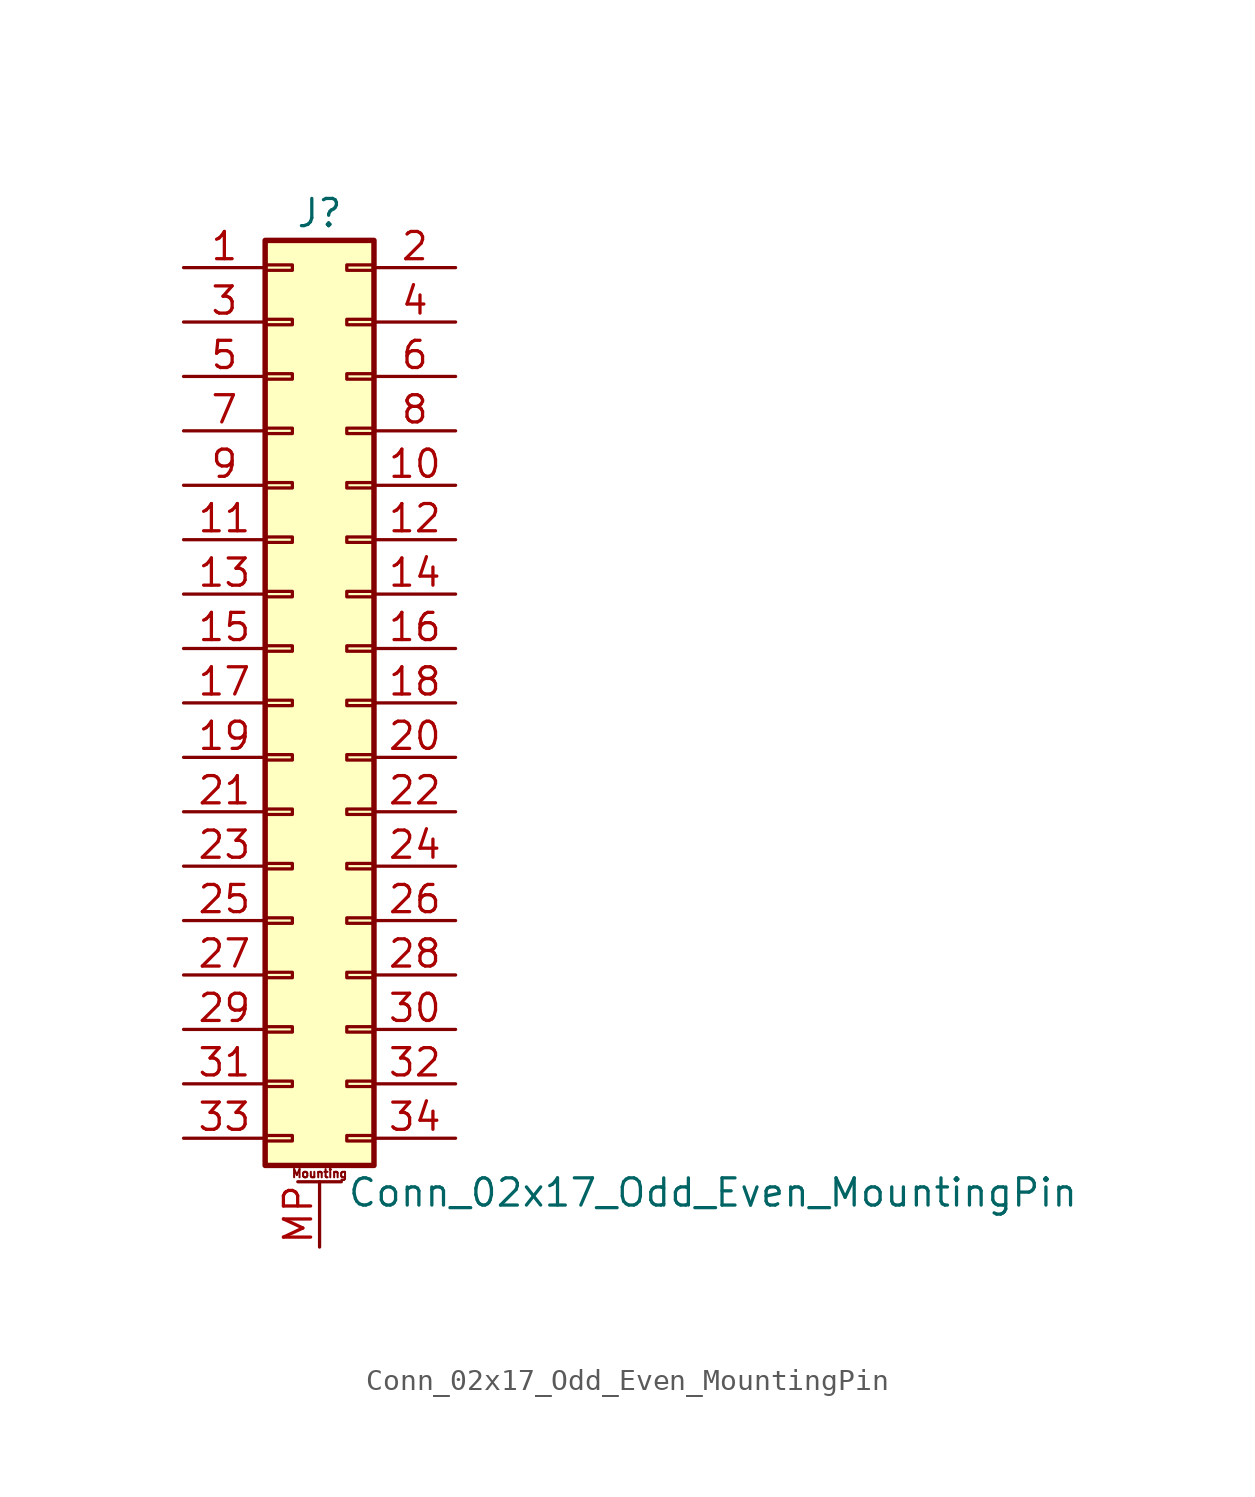
<source format=kicad_sym>
(kicad_symbol_lib
  (version 20211014)
  (generator kicad_symbol_editor)
  (symbol "Conn_02x17_Odd_Even_MountingPin"
    (pin_names
      (offset 1.016) hide)
    (property "Reference" "J"
      (at 1.27 22.86 0)
      (effects (font (size 1.27 1.27))))
    (property "Value" "Conn_02x17_Odd_Even_MountingPin"
      (at 2.54 -22.86 0)
      (effects (font (size 1.27 1.27)) (justify left)))
    (symbol "Conn_02x17_Odd_Even_MountingPin_1_1"
      (rectangle (start -1.27 -20.193) (end 0 -20.447) (stroke (width 0.152) (type default) (color 0 0 0 0)) (fill (type none)))
      (rectangle (start -1.27 -17.653) (end 0 -17.907) (stroke (width 0.152) (type default) (color 0 0 0 0)) (fill (type none)))
      (rectangle (start -1.27 -15.113) (end 0 -15.367) (stroke (width 0.152) (type default) (color 0 0 0 0)) (fill (type none)))
      (rectangle (start -1.27 -12.573) (end 0 -12.827) (stroke (width 0.152) (type default) (color 0 0 0 0)) (fill (type none)))
      (rectangle (start -1.27 -10.033) (end 0 -10.287) (stroke (width 0.152) (type default) (color 0 0 0 0)) (fill (type none)))
      (rectangle (start -1.27 -7.493) (end 0 -7.747) (stroke (width 0.152) (type default) (color 0 0 0 0)) (fill (type none)))
      (rectangle (start -1.27 -4.953) (end 0 -5.207) (stroke (width 0.152) (type default) (color 0 0 0 0)) (fill (type none)))
      (rectangle (start -1.27 -2.413) (end 0 -2.667) (stroke (width 0.152) (type default) (color 0 0 0 0)) (fill (type none)))
      (rectangle (start -1.27 0.127) (end 0 -0.127) (stroke (width 0.152) (type default) (color 0 0 0 0)) (fill (type none)))
      (rectangle (start -1.27 2.667) (end 0 2.413) (stroke (width 0.152) (type default) (color 0 0 0 0)) (fill (type none)))
      (rectangle (start -1.27 5.207) (end 0 4.953) (stroke (width 0.152) (type default) (color 0 0 0 0)) (fill (type none)))
      (rectangle (start -1.27 7.747) (end 0 7.493) (stroke (width 0.152) (type default) (color 0 0 0 0)) (fill (type none)))
      (rectangle (start -1.27 10.287) (end 0 10.033) (stroke (width 0.152) (type default) (color 0 0 0 0)) (fill (type none)))
      (rectangle (start -1.27 12.827) (end 0 12.573) (stroke (width 0.152) (type default) (color 0 0 0 0)) (fill (type none)))
      (rectangle (start -1.27 15.367) (end 0 15.113) (stroke (width 0.152) (type default) (color 0 0 0 0)) (fill (type none)))
      (rectangle (start -1.27 17.907) (end 0 17.653) (stroke (width 0.152) (type default) (color 0 0 0 0)) (fill (type none)))
      (rectangle (start -1.27 20.447) (end 0 20.193) (stroke (width 0.152) (type default) (color 0 0 0 0)) (fill (type none)))
      (rectangle (start -1.27 21.59) (end 3.81 -21.59) (stroke (width 0.254) (type default) (color 0 0 0 0)) (fill (type background)))
      (polyline (pts (xy 0.254 -22.352) (xy 2.286 -22.352)) (stroke (width 0.152) (type default) (color 0 0 0 0)) (fill (type none)))
      (rectangle (start 3.81 -20.193) (end 2.54 -20.447) (stroke (width 0.152) (type default) (color 0 0 0 0)) (fill (type none)))
      (rectangle (start 3.81 -17.653) (end 2.54 -17.907) (stroke (width 0.152) (type default) (color 0 0 0 0)) (fill (type none)))
      (rectangle (start 3.81 -15.113) (end 2.54 -15.367) (stroke (width 0.152) (type default) (color 0 0 0 0)) (fill (type none)))
      (rectangle (start 3.81 -12.573) (end 2.54 -12.827) (stroke (width 0.152) (type default) (color 0 0 0 0)) (fill (type none)))
      (rectangle (start 3.81 -10.033) (end 2.54 -10.287) (stroke (width 0.152) (type default) (color 0 0 0 0)) (fill (type none)))
      (rectangle (start 3.81 -7.493) (end 2.54 -7.747) (stroke (width 0.152) (type default) (color 0 0 0 0)) (fill (type none)))
      (rectangle (start 3.81 -4.953) (end 2.54 -5.207) (stroke (width 0.152) (type default) (color 0 0 0 0)) (fill (type none)))
      (rectangle (start 3.81 -2.413) (end 2.54 -2.667) (stroke (width 0.152) (type default) (color 0 0 0 0)) (fill (type none)))
      (rectangle (start 3.81 0.127) (end 2.54 -0.127) (stroke (width 0.152) (type default) (color 0 0 0 0)) (fill (type none)))
      (rectangle (start 3.81 2.667) (end 2.54 2.413) (stroke (width 0.152) (type default) (color 0 0 0 0)) (fill (type none)))
      (rectangle (start 3.81 5.207) (end 2.54 4.953) (stroke (width 0.152) (type default) (color 0 0 0 0)) (fill (type none)))
      (rectangle (start 3.81 7.747) (end 2.54 7.493) (stroke (width 0.152) (type default) (color 0 0 0 0)) (fill (type none)))
      (rectangle (start 3.81 10.287) (end 2.54 10.033) (stroke (width 0.152) (type default) (color 0 0 0 0)) (fill (type none)))
      (rectangle (start 3.81 12.827) (end 2.54 12.573) (stroke (width 0.152) (type default) (color 0 0 0 0)) (fill (type none)))
      (rectangle (start 3.81 15.367) (end 2.54 15.113) (stroke (width 0.152) (type default) (color 0 0 0 0)) (fill (type none)))
      (rectangle (start 3.81 17.907) (end 2.54 17.653) (stroke (width 0.152) (type default) (color 0 0 0 0)) (fill (type none)))
      (rectangle (start 3.81 20.447) (end 2.54 20.193) (stroke (width 0.152) (type default) (color 0 0 0 0)) (fill (type none)))
      (text "Mounting" (at 1.27 -21.971 0) (effects (font (size 0.381 0.381))))
      (pin passive line (at -5.08 20.32 0) (length 3.81) (name "Pin_1" (effects (font (size 1.27 1.27)))) (number "1" (effects (font (size 1.27 1.27)))))
      (pin passive line (at 7.62 10.16 180) (length 3.81) (name "Pin_10" (effects (font (size 1.27 1.27)))) (number "10" (effects (font (size 1.27 1.27)))))
      (pin passive line (at -5.08 7.62 0) (length 3.81) (name "Pin_11" (effects (font (size 1.27 1.27)))) (number "11" (effects (font (size 1.27 1.27)))))
      (pin passive line (at 7.62 7.62 180) (length 3.81) (name "Pin_12" (effects (font (size 1.27 1.27)))) (number "12" (effects (font (size 1.27 1.27)))))
      (pin passive line (at -5.08 5.08 0) (length 3.81) (name "Pin_13" (effects (font (size 1.27 1.27)))) (number "13" (effects (font (size 1.27 1.27)))))
      (pin passive line (at 7.62 5.08 180) (length 3.81) (name "Pin_14" (effects (font (size 1.27 1.27)))) (number "14" (effects (font (size 1.27 1.27)))))
      (pin passive line (at -5.08 2.54 0) (length 3.81) (name "Pin_15" (effects (font (size 1.27 1.27)))) (number "15" (effects (font (size 1.27 1.27)))))
      (pin passive line (at 7.62 2.54 180) (length 3.81) (name "Pin_16" (effects (font (size 1.27 1.27)))) (number "16" (effects (font (size 1.27 1.27)))))
      (pin passive line (at -5.08 0 0) (length 3.81) (name "Pin_17" (effects (font (size 1.27 1.27)))) (number "17" (effects (font (size 1.27 1.27)))))
      (pin passive line (at 7.62 0 180) (length 3.81) (name "Pin_18" (effects (font (size 1.27 1.27)))) (number "18" (effects (font (size 1.27 1.27)))))
      (pin passive line (at -5.08 -2.54 0) (length 3.81) (name "Pin_19" (effects (font (size 1.27 1.27)))) (number "19" (effects (font (size 1.27 1.27)))))
      (pin passive line (at 7.62 20.32 180) (length 3.81) (name "Pin_2" (effects (font (size 1.27 1.27)))) (number "2" (effects (font (size 1.27 1.27)))))
      (pin passive line (at 7.62 -2.54 180) (length 3.81) (name "Pin_20" (effects (font (size 1.27 1.27)))) (number "20" (effects (font (size 1.27 1.27)))))
      (pin passive line (at -5.08 -5.08 0) (length 3.81) (name "Pin_21" (effects (font (size 1.27 1.27)))) (number "21" (effects (font (size 1.27 1.27)))))
      (pin passive line (at 7.62 -5.08 180) (length 3.81) (name "Pin_22" (effects (font (size 1.27 1.27)))) (number "22" (effects (font (size 1.27 1.27)))))
      (pin passive line (at -5.08 -7.62 0) (length 3.81) (name "Pin_23" (effects (font (size 1.27 1.27)))) (number "23" (effects (font (size 1.27 1.27)))))
      (pin passive line (at 7.62 -7.62 180) (length 3.81) (name "Pin_24" (effects (font (size 1.27 1.27)))) (number "24" (effects (font (size 1.27 1.27)))))
      (pin passive line (at -5.08 -10.16 0) (length 3.81) (name "Pin_25" (effects (font (size 1.27 1.27)))) (number "25" (effects (font (size 1.27 1.27)))))
      (pin passive line (at 7.62 -10.16 180) (length 3.81) (name "Pin_26" (effects (font (size 1.27 1.27)))) (number "26" (effects (font (size 1.27 1.27)))))
      (pin passive line (at -5.08 -12.7 0) (length 3.81) (name "Pin_27" (effects (font (size 1.27 1.27)))) (number "27" (effects (font (size 1.27 1.27)))))
      (pin passive line (at 7.62 -12.7 180) (length 3.81) (name "Pin_28" (effects (font (size 1.27 1.27)))) (number "28" (effects (font (size 1.27 1.27)))))
      (pin passive line (at -5.08 -15.24 0) (length 3.81) (name "Pin_29" (effects (font (size 1.27 1.27)))) (number "29" (effects (font (size 1.27 1.27)))))
      (pin passive line (at -5.08 17.78 0) (length 3.81) (name "Pin_3" (effects (font (size 1.27 1.27)))) (number "3" (effects (font (size 1.27 1.27)))))
      (pin passive line (at 7.62 -15.24 180) (length 3.81) (name "Pin_30" (effects (font (size 1.27 1.27)))) (number "30" (effects (font (size 1.27 1.27)))))
      (pin passive line (at -5.08 -17.78 0) (length 3.81) (name "Pin_31" (effects (font (size 1.27 1.27)))) (number "31" (effects (font (size 1.27 1.27)))))
      (pin passive line (at 7.62 -17.78 180) (length 3.81) (name "Pin_32" (effects (font (size 1.27 1.27)))) (number "32" (effects (font (size 1.27 1.27)))))
      (pin passive line (at -5.08 -20.32 0) (length 3.81) (name "Pin_33" (effects (font (size 1.27 1.27)))) (number "33" (effects (font (size 1.27 1.27)))))
      (pin passive line (at 7.62 -20.32 180) (length 3.81) (name "Pin_34" (effects (font (size 1.27 1.27)))) (number "34" (effects (font (size 1.27 1.27)))))
      (pin passive line (at 7.62 17.78 180) (length 3.81) (name "Pin_4" (effects (font (size 1.27 1.27)))) (number "4" (effects (font (size 1.27 1.27)))))
      (pin passive line (at -5.08 15.24 0) (length 3.81) (name "Pin_5" (effects (font (size 1.27 1.27)))) (number "5" (effects (font (size 1.27 1.27)))))
      (pin passive line (at 7.62 15.24 180) (length 3.81) (name "Pin_6" (effects (font (size 1.27 1.27)))) (number "6" (effects (font (size 1.27 1.27)))))
      (pin passive line (at -5.08 12.7 0) (length 3.81) (name "Pin_7" (effects (font (size 1.27 1.27)))) (number "7" (effects (font (size 1.27 1.27)))))
      (pin passive line (at 7.62 12.7 180) (length 3.81) (name "Pin_8" (effects (font (size 1.27 1.27)))) (number "8" (effects (font (size 1.27 1.27)))))
      (pin passive line (at -5.08 10.16 0) (length 3.81) (name "Pin_9" (effects (font (size 1.27 1.27)))) (number "9" (effects (font (size 1.27 1.27)))))
      (pin passive line (at 1.27 -25.4 90) (length 3.048) (name "MountPin" (effects (font (size 1.27 1.27)))) (number "MP" (effects (font (size 1.27 1.27))))))))
</source>
